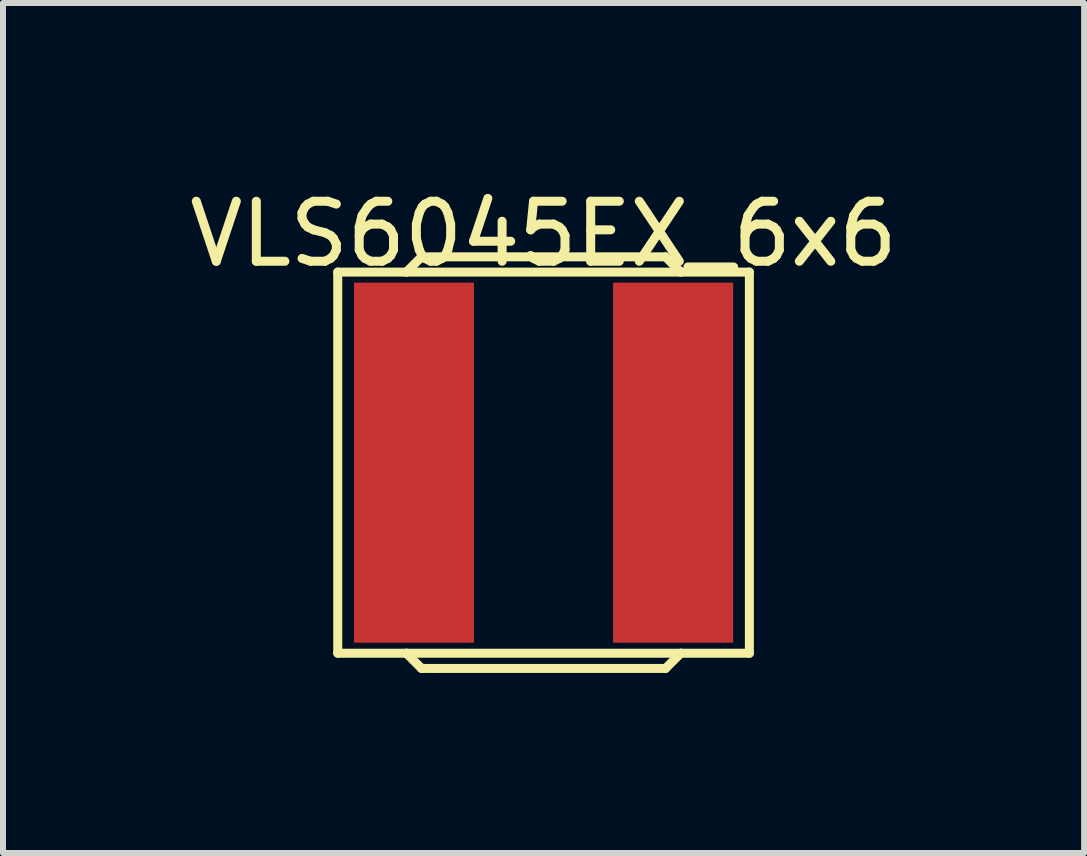
<source format=kicad_pcb>
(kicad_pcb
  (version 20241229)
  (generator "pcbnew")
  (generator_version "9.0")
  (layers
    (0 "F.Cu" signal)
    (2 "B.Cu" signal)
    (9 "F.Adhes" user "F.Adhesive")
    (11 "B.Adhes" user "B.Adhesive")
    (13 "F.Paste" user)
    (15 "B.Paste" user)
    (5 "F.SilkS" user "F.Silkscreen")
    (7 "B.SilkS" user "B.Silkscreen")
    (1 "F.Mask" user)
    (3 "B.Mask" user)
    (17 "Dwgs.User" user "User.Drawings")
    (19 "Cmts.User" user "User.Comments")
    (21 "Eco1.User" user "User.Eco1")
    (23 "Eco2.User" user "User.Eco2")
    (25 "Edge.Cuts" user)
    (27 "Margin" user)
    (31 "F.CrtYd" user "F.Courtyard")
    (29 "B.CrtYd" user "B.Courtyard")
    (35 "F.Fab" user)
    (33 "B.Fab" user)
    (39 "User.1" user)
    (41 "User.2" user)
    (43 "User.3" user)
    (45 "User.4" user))
  (footprint "VLS6045EX_6x6"
    (layer "F.Cu")
    (at 6.006 4.658)
    (property "Reference" "VLS6045EX_6x6" (at 0 -3.81 0) (layer "F.SilkS") (effects (font (size 1 1) (thickness 0.15))))
    (attr smd)
    (fp_line (start -3.429 -3.175) (end -3.429 3.175) (stroke (width 0.15) (type solid)) (layer "F.SilkS"))
    (fp_line (start -3.429 3.175) (end -2.286 3.175) (stroke (width 0.15) (type solid)) (layer "F.SilkS"))
    (fp_line (start -2.286 -3.175) (end -3.429 -3.175) (stroke (width 0.15) (type solid)) (layer "F.SilkS"))
    (fp_line (start -2.286 -3.175) (end -2.032 -3.429) (stroke (width 0.15) (type solid)) (layer "F.SilkS"))
    (fp_line (start -2.286 -3.175) (end 2.286 -3.175) (stroke (width 0.15) (type solid)) (layer "F.SilkS"))
    (fp_line (start -2.286 3.175) (end 2.286 3.175) (stroke (width 0.15) (type solid)) (layer "F.SilkS"))
    (fp_line (start -2.032 -3.429) (end 2.032 -3.429) (stroke (width 0.15) (type solid)) (layer "F.SilkS"))
    (fp_line (start -2.032 3.429) (end -2.286 3.175) (stroke (width 0.15) (type solid)) (layer "F.SilkS"))
    (fp_line (start -1.778 3.429) (end -2.032 3.429) (stroke (width 0.15) (type solid)) (layer "F.SilkS"))
    (fp_line (start 2.032 -3.429) (end 2.286 -3.175) (stroke (width 0.15) (type solid)) (layer "F.SilkS"))
    (fp_line (start 2.032 3.429) (end -1.778 3.429) (stroke (width 0.15) (type solid)) (layer "F.SilkS"))
    (fp_line (start 2.286 -3.175) (end 3.429 -3.175) (stroke (width 0.15) (type solid)) (layer "F.SilkS"))
    (fp_line (start 2.286 3.175) (end 2.032 3.429) (stroke (width 0.15) (type solid)) (layer "F.SilkS"))
    (fp_line (start 3.429 -3.175) (end 3.429 3.175) (stroke (width 0.15) (type solid)) (layer "F.SilkS"))
    (fp_line (start 3.429 3.175) (end 2.286 3.175) (stroke (width 0.15) (type solid)) (layer "F.SilkS"))
    (pad "1" smd rect (at -2.159 0) (size 2 6) (layers "F.Cu" "F.Mask" "F.Paste"))
    (pad "2" smd rect (at 2.159 0) (size 2 6) (layers "F.Cu" "F.Mask" "F.Paste")))
  (gr_rect
    (start -3 -3)
    (end 15.012 11.162)
    (stroke (width 0.1) (type default))
    (fill no)
    (layer "Edge.Cuts")))
</source>
